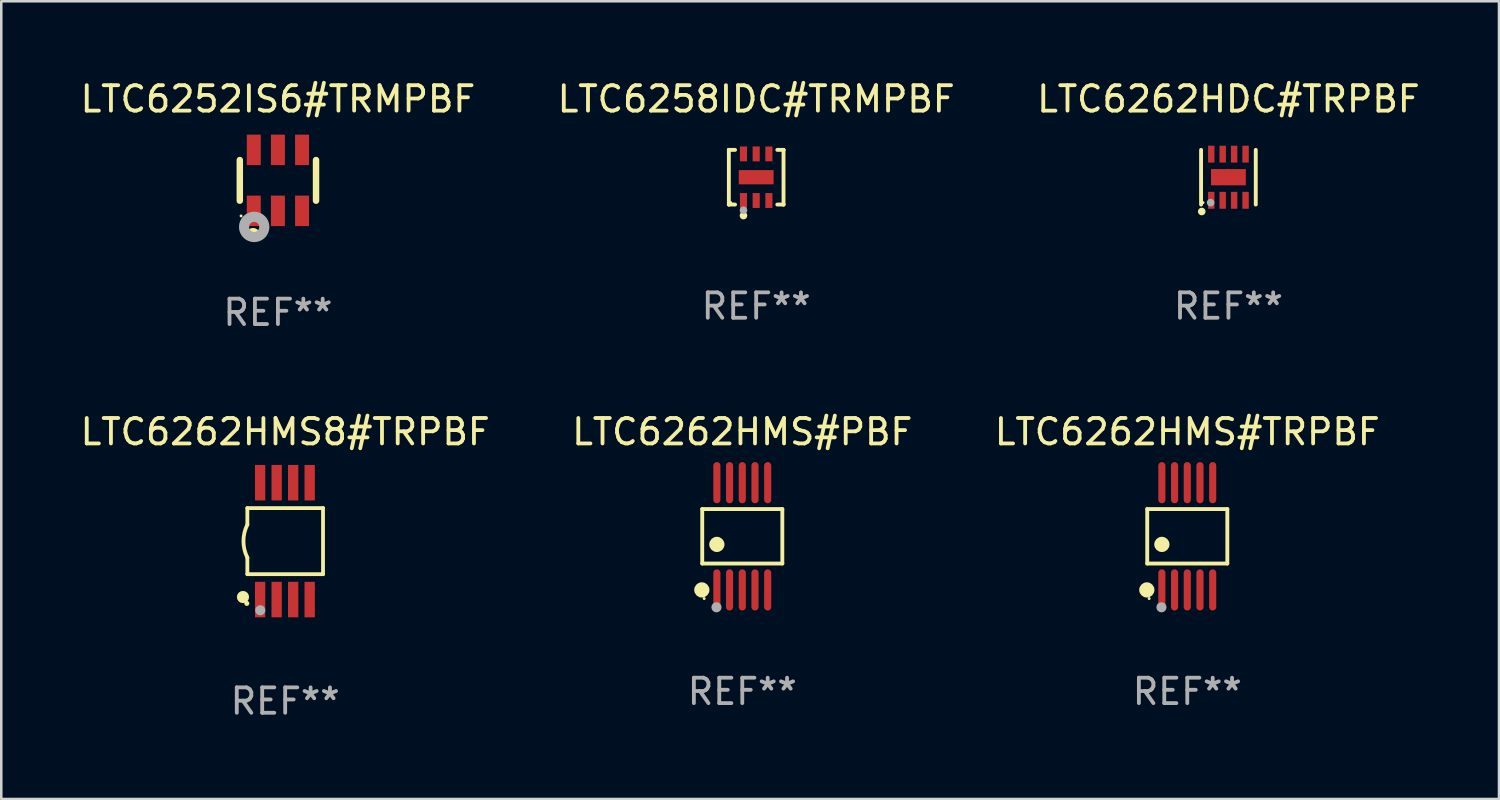
<source format=kicad_pcb>
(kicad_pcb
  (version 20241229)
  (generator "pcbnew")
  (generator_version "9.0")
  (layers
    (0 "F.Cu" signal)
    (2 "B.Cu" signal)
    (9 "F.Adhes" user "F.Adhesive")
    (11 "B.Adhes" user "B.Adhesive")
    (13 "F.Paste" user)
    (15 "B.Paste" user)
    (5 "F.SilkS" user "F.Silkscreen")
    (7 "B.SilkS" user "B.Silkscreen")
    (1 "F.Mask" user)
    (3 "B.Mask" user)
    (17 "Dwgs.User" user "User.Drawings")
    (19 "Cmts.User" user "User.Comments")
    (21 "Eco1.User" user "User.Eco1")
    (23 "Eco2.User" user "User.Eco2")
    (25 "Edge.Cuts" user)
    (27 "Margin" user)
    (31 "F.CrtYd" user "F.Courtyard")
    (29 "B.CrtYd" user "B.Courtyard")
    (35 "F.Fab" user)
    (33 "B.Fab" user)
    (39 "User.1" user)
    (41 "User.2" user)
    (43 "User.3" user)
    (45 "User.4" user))
  (footprint "LTC6262HMS#PBF"
    (layer "F.Cu")
    (at 26.161 18.055)
    (property "Reference" "LTC6262HMS#PBF" (at 0 -4.11 0) (layer "F.SilkS") (effects (font (size 1 1) (thickness 0.15))))
    (attr through_hole)
    (fp_line (start -1.576 -1.071) (end 1.576 -1.071) (stroke (width 0.152) (type solid)) (layer "F.SilkS"))
    (fp_line (start -1.576 1.071) (end -1.576 -1.071) (stroke (width 0.152) (type solid)) (layer "F.SilkS"))
    (fp_line (start 1.576 -1.071) (end 1.576 1.071) (stroke (width 0.152) (type solid)) (layer "F.SilkS"))
    (fp_line (start 1.576 1.071) (end -1.576 1.071) (stroke (width 0.152) (type solid)) (layer "F.SilkS"))
    (fp_circle (center -1.592 2.11) (end -1.442 2.11) (stroke (width 0.3) (type solid)) (fill no) (layer "F.SilkS"))
    (fp_circle (center -1.5 2.45) (end -1.47 2.45) (stroke (width 0.06) (type solid)) (fill no) (layer "F.SilkS"))
    (fp_circle (center -1 0.319) (end -0.85 0.319) (stroke (width 0.3) (type solid)) (fill no) (layer "F.SilkS"))
    (fp_circle (center -1.016 2.794) (end -0.916 2.794) (stroke (width 0.2) (type solid)) (fill no) (layer "F.Fab"))
    (fp_text user "REF**" (at 0 6.11 0) (layer "F.Fab") (effects (font (size 1 1) (thickness 0.15))))
    (pad "1" smd oval (at -1 2.11) (size 0.28 1.62) (layers "F.Cu" "F.Mask" "F.Paste"))
    (pad "2" smd oval (at -0.5 2.11) (size 0.28 1.62) (layers "F.Cu" "F.Mask" "F.Paste"))
    (pad "3" smd oval (at 0 2.11) (size 0.28 1.62) (layers "F.Cu" "F.Mask" "F.Paste"))
    (pad "4" smd oval (at 0.5 2.11) (size 0.28 1.62) (layers "F.Cu" "F.Mask" "F.Paste"))
    (pad "5" smd oval (at 1 2.11) (size 0.28 1.62) (layers "F.Cu" "F.Mask" "F.Paste"))
    (pad "6" smd oval (at 1 -2.11) (size 0.28 1.62) (layers "F.Cu" "F.Mask" "F.Paste"))
    (pad "7" smd oval (at 0.5 -2.11) (size 0.28 1.62) (layers "F.Cu" "F.Mask" "F.Paste"))
    (pad "8" smd oval (at 0 -2.11) (size 0.28 1.62) (layers "F.Cu" "F.Mask" "F.Paste"))
    (pad "9" smd oval (at -0.5 -2.11) (size 0.28 1.62) (layers "F.Cu" "F.Mask" "F.Paste"))
    (pad "10" smd oval (at -1 -2.11) (size 0.28 1.62) (layers "F.Cu" "F.Mask" "F.Paste")))
  (footprint "LTC6252IS6#TRMPBF"
    (layer "F.Cu")
    (at 7.887 4.048)
    (property "Reference" "LTC6252IS6#TRMPBF" (at 0 -3.2 0) (layer "F.SilkS") (effects (font (size 1 1) (thickness 0.15))))
    (attr through_hole)
    (fp_line (start -1.5 0.8) (end -1.5 -0.8) (stroke (width 0.254) (type solid)) (layer "F.SilkS"))
    (fp_line (start 1.5 -0.8) (end 1.5 0.8) (stroke (width 0.254) (type solid)) (layer "F.SilkS"))
    (fp_circle (center -1.45 1.4) (end -1.42 1.4) (stroke (width 0.06) (type solid)) (fill no) (layer "F.SilkS"))
    (fp_circle (center -0.975 2.125) (end -0.848 2.125) (stroke (width 0.254) (type solid)) (fill no) (layer "F.SilkS"))
    (fp_circle (center -0.934 1.832) (end -0.735 1.832) (stroke (width 0.4) (type solid)) (fill no) (layer "F.Fab"))
    (fp_text user "REF**" (at 0 5.2 0) (layer "F.Fab") (effects (font (size 1 1) (thickness 0.15))))
    (pad "1" smd rect (at -0.95 1.2) (size 0.55 1.2) (layers "F.Cu" "F.Mask" "F.Paste"))
    (pad "2" smd rect (at 0 1.2) (size 0.55 1.2) (layers "F.Cu" "F.Mask" "F.Paste"))
    (pad "3" smd rect (at 0.95 1.2) (size 0.55 1.2) (layers "F.Cu" "F.Mask" "F.Paste"))
    (pad "4" smd rect (at 0.95 -1.2) (size 0.55 1.2) (layers "F.Cu" "F.Mask" "F.Paste"))
    (pad "5" smd rect (at 0 -1.2) (size 0.55 1.2) (layers "F.Cu" "F.Mask" "F.Paste"))
    (pad "6" smd rect (at -0.95 -1.2) (size 0.55 1.2) (layers "F.Cu" "F.Mask" "F.Paste")))
  (footprint "LTC6262HMS8#TRPBF"
    (layer "F.Cu")
    (at 8.173 18.245)
    (property "Reference" "LTC6262HMS8#TRPBF" (at 0 -4.3 0) (layer "F.SilkS") (effects (font (size 1 1) (thickness 0.15))))
    (attr through_hole)
    (fp_line (start -1.489 -1.3) (end -1.489 -0.648) (stroke (width 0.15) (type solid)) (layer "F.SilkS"))
    (fp_line (start -1.489 0.648) (end -1.489 1.3) (stroke (width 0.15) (type solid)) (layer "F.SilkS"))
    (fp_line (start -1.489 1.3) (end 1.489 1.3) (stroke (width 0.15) (type solid)) (layer "F.SilkS"))
    (fp_line (start 1.489 -1.3) (end -1.489 -1.3) (stroke (width 0.15) (type solid)) (layer "F.SilkS"))
    (fp_line (start 1.489 1.3) (end 1.489 -1.3) (stroke (width 0.15) (type solid)) (layer "F.SilkS"))
    (fp_arc (start -1.489205 0.647702) (mid -1.642107 0) (end -1.489205 -0.647701) (stroke (width 0.150013) (type solid)) (layer "F.SilkS"))
    (fp_circle (center -1.661 2.2) (end -1.541 2.2) (stroke (width 0.24) (type solid)) (fill no) (layer "F.SilkS"))
    (fp_circle (center -1.511 2.45) (end -1.461 2.45) (stroke (width 0.1) (type solid)) (fill no) (layer "F.SilkS"))
    (fp_circle (center -0.981 2.72) (end -0.881 2.72) (stroke (width 0.2) (type solid)) (fill no) (layer "F.Fab"))
    (fp_text user "REF**" (at 0 6.3 0) (layer "F.Fab") (effects (font (size 1 1) (thickness 0.15))))
    (pad "1" smd rect (at -0.986 2.3) (size 0.406 1.397) (layers "F.Cu" "F.Mask" "F.Paste"))
    (pad "2" smd rect (at -0.336 2.3) (size 0.406 1.397) (layers "F.Cu" "F.Mask" "F.Paste"))
    (pad "3" smd rect (at 0.314 2.3) (size 0.406 1.397) (layers "F.Cu" "F.Mask" "F.Paste"))
    (pad "4" smd rect (at 0.964 2.3) (size 0.406 1.397) (layers "F.Cu" "F.Mask" "F.Paste"))
    (pad "5" smd rect (at 0.964 -2.3) (size 0.406 1.397) (layers "F.Cu" "F.Mask" "F.Paste"))
    (pad "6" smd rect (at 0.314 -2.3) (size 0.406 1.397) (layers "F.Cu" "F.Mask" "F.Paste"))
    (pad "7" smd rect (at -0.336 -2.3) (size 0.406 1.397) (layers "F.Cu" "F.Mask" "F.Paste"))
    (pad "8" smd rect (at -0.986 -2.3) (size 0.406 1.397) (layers "F.Cu" "F.Mask" "F.Paste")))
  (footprint "LTC6262HMS#TRPBF"
    (layer "F.Cu")
    (at 43.673 18.055)
    (property "Reference" "LTC6262HMS#TRPBF" (at 0 -4.11 0) (layer "F.SilkS") (effects (font (size 1 1) (thickness 0.15))))
    (attr through_hole)
    (fp_line (start -1.576 -1.071) (end 1.576 -1.071) (stroke (width 0.152) (type solid)) (layer "F.SilkS"))
    (fp_line (start -1.576 1.071) (end -1.576 -1.071) (stroke (width 0.152) (type solid)) (layer "F.SilkS"))
    (fp_line (start 1.576 -1.071) (end 1.576 1.071) (stroke (width 0.152) (type solid)) (layer "F.SilkS"))
    (fp_line (start 1.576 1.071) (end -1.576 1.071) (stroke (width 0.152) (type solid)) (layer "F.SilkS"))
    (fp_circle (center -1.592 2.11) (end -1.442 2.11) (stroke (width 0.3) (type solid)) (fill no) (layer "F.SilkS"))
    (fp_circle (center -1.5 2.45) (end -1.47 2.45) (stroke (width 0.06) (type solid)) (fill no) (layer "F.SilkS"))
    (fp_circle (center -1 0.319) (end -0.85 0.319) (stroke (width 0.3) (type solid)) (fill no) (layer "F.SilkS"))
    (fp_circle (center -1.016 2.794) (end -0.916 2.794) (stroke (width 0.2) (type solid)) (fill no) (layer "F.Fab"))
    (fp_text user "REF**" (at 0 6.11 0) (layer "F.Fab") (effects (font (size 1 1) (thickness 0.15))))
    (pad "1" smd oval (at -1 2.11) (size 0.28 1.62) (layers "F.Cu" "F.Mask" "F.Paste"))
    (pad "2" smd oval (at -0.5 2.11) (size 0.28 1.62) (layers "F.Cu" "F.Mask" "F.Paste"))
    (pad "3" smd oval (at 0 2.11) (size 0.28 1.62) (layers "F.Cu" "F.Mask" "F.Paste"))
    (pad "4" smd oval (at 0.5 2.11) (size 0.28 1.62) (layers "F.Cu" "F.Mask" "F.Paste"))
    (pad "5" smd oval (at 1 2.11) (size 0.28 1.62) (layers "F.Cu" "F.Mask" "F.Paste"))
    (pad "6" smd oval (at 1 -2.11) (size 0.28 1.62) (layers "F.Cu" "F.Mask" "F.Paste"))
    (pad "7" smd oval (at 0.5 -2.11) (size 0.28 1.62) (layers "F.Cu" "F.Mask" "F.Paste"))
    (pad "8" smd oval (at 0 -2.11) (size 0.28 1.62) (layers "F.Cu" "F.Mask" "F.Paste"))
    (pad "9" smd oval (at -0.5 -2.11) (size 0.28 1.62) (layers "F.Cu" "F.Mask" "F.Paste"))
    (pad "10" smd oval (at -1 -2.11) (size 0.28 1.62) (layers "F.Cu" "F.Mask" "F.Paste")))
  (footprint "LTC6262HDC#TRPBF"
    (layer "F.Cu")
    (at 45.292 3.924)
    (property "Reference" "LTC6262HDC#TRPBF" (at 0 -3.076 0) (layer "F.SilkS") (effects (font (size 1 1) (thickness 0.15))))
    (attr through_hole)
    (fp_line (start -1.076 1.076) (end -1.076 -1.076) (stroke (width 0.152) (type solid)) (layer "F.SilkS"))
    (fp_line (start 1.076 1.076) (end 1.076 -1.076) (stroke (width 0.152) (type solid)) (layer "F.SilkS"))
    (fp_circle (center -1.05 1.35) (end -0.975 1.35) (stroke (width 0.15) (type solid)) (fill no) (layer "F.SilkS"))
    (fp_circle (center -1 1) (end -0.97 1) (stroke (width 0.06) (type solid)) (fill no) (layer "F.SilkS"))
    (fp_circle (center -0.7 1) (end -0.625 1) (stroke (width 0.15) (type solid)) (fill no) (layer "F.Fab"))
    (fp_text user "REF**" (at 0 5.076 0) (layer "F.Fab") (effects (font (size 1 1) (thickness 0.15))))
    (pad "1" smd rect (at -0.675 0.908) (size 0.252 0.665) (layers "F.Cu" "F.Mask" "F.Paste"))
    (pad "2" smd rect (at -0.225 0.908) (size 0.252 0.665) (layers "F.Cu" "F.Mask" "F.Paste"))
    (pad "3" smd rect (at 0.225 0.908) (size 0.252 0.665) (layers "F.Cu" "F.Mask" "F.Paste"))
    (pad "4" smd rect (at 0.675 0.908) (size 0.252 0.665) (layers "F.Cu" "F.Mask" "F.Paste"))
    (pad "5" smd rect (at 0.675 -0.908) (size 0.252 0.665) (layers "F.Cu" "F.Mask" "F.Paste"))
    (pad "6" smd rect (at 0.225 -0.908) (size 0.252 0.665) (layers "F.Cu" "F.Mask" "F.Paste"))
    (pad "7" smd rect (at -0.225 -0.908) (size 0.252 0.665) (layers "F.Cu" "F.Mask" "F.Paste"))
    (pad "8" smd rect (at -0.675 -0.908) (size 0.252 0.665) (layers "F.Cu" "F.Mask" "F.Paste"))
    (pad "9" smd rect (at 0 0) (size 1.37 0.64) (layers "F.Cu" "F.Mask" "F.Paste")))
  (footprint "LTC6258IDC#TRMPBF"
    (layer "F.Cu")
    (at 26.708 3.924)
    (property "Reference" "LTC6258IDC#TRMPBF" (at 0 -3.076 0) (layer "F.SilkS") (effects (font (size 1 1) (thickness 0.15))))
    (attr through_hole)
    (fp_line (start -1.076 -1.076) (end -1.076 -1.076) (stroke (width 0.152) (type solid)) (layer "F.SilkS"))
    (fp_line (start -1.076 -1.076) (end -0.831 -1.076) (stroke (width 0.152) (type solid)) (layer "F.SilkS"))
    (fp_line (start -1.076 1.076) (end -1.076 -1.076) (stroke (width 0.152) (type solid)) (layer "F.SilkS"))
    (fp_line (start -1.076 1.076) (end -1.076 1.076) (stroke (width 0.152) (type solid)) (layer "F.SilkS"))
    (fp_line (start -0.831 1.076) (end -1.076 1.076) (stroke (width 0.152) (type solid)) (layer "F.SilkS"))
    (fp_line (start 0.831 1.076) (end 1.076 1.076) (stroke (width 0.152) (type solid)) (layer "F.SilkS"))
    (fp_line (start 1.076 -1.076) (end 0.831 -1.076) (stroke (width 0.152) (type solid)) (layer "F.SilkS"))
    (fp_line (start 1.076 -1.076) (end 1.076 -1.076) (stroke (width 0.152) (type solid)) (layer "F.SilkS"))
    (fp_line (start 1.076 1.076) (end 1.076 -1.076) (stroke (width 0.152) (type solid)) (layer "F.SilkS"))
    (fp_line (start 1.076 1.076) (end 1.076 1.076) (stroke (width 0.152) (type solid)) (layer "F.SilkS"))
    (fp_circle (center -1 1) (end -0.97 1) (stroke (width 0.06) (type solid)) (fill no) (layer "F.SilkS"))
    (fp_circle (center -0.5 1.51) (end -0.425 1.51) (stroke (width 0.15) (type solid)) (fill no) (layer "F.SilkS"))
    (fp_circle (center -0.5 1.3) (end -0.425 1.3) (stroke (width 0.15) (type solid)) (fill no) (layer "F.Fab"))
    (fp_text user "REF**" (at 0 5.076 0) (layer "F.Fab") (effects (font (size 1 1) (thickness 0.15))))
    (pad "1" smd rect (at -0.5 0.917) (size 0.28 0.585) (layers "F.Cu" "F.Mask" "F.Paste"))
    (pad "2" smd rect (at 0 0.917) (size 0.28 0.585) (layers "F.Cu" "F.Mask" "F.Paste"))
    (pad "3" smd rect (at 0.5 0.917) (size 0.28 0.585) (layers "F.Cu" "F.Mask" "F.Paste"))
    (pad "4" smd rect (at 0.5 -0.917) (size 0.28 0.585) (layers "F.Cu" "F.Mask" "F.Paste"))
    (pad "5" smd rect (at 0 -0.917) (size 0.28 0.585) (layers "F.Cu" "F.Mask" "F.Paste"))
    (pad "6" smd rect (at -0.5 -0.917) (size 0.28 0.585) (layers "F.Cu" "F.Mask" "F.Paste"))
    (pad "7" smd rect (at 0 0) (size 1.37 0.56) (layers "F.Cu" "F.Mask" "F.Paste")))
  (gr_rect
    (start -3 -3)
    (end 55.94 28.393)
    (stroke (width 0.1) (type default))
    (fill no)
    (layer "Edge.Cuts")))
</source>
